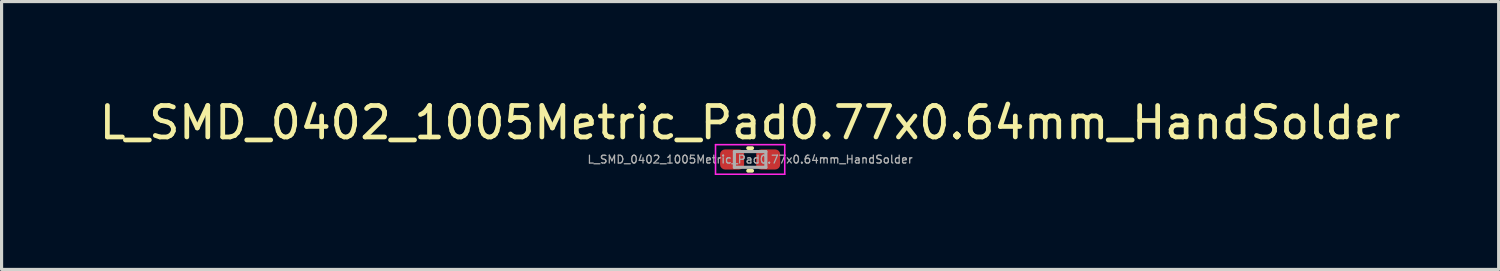
<source format=kicad_pcb>
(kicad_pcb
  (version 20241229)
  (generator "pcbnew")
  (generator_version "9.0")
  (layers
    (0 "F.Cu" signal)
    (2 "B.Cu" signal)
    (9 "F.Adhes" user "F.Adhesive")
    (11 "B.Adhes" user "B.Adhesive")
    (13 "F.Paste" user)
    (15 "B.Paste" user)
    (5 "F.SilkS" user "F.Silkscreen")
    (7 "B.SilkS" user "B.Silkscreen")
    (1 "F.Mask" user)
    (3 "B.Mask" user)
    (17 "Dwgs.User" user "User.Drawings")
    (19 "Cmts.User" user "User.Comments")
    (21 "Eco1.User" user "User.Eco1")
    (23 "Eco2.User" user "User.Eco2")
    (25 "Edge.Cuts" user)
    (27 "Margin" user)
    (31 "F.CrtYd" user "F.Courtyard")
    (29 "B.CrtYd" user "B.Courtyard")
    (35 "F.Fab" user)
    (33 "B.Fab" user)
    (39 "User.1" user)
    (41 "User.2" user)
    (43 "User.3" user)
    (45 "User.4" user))
  (footprint "L_SMD_0402_1005Metric_Pad0.77x0.64mm_HandSolder"
    (layer "F.Cu")
    (at 20.792 2.018)
    (property "Reference" "L_SMD_0402_1005Metric_Pad0.77x0.64mm_HandSolder" (at 0 -1.17 0) (layer "F.SilkS") (effects (font (size 1 1) (thickness 0.15))))
    (attr smd)
    (fp_line (start -0.064 -0.36) (end 0.064 -0.36) (stroke (width 0.12) (type solid)) (layer "F.SilkS"))
    (fp_line (start -0.064 0.36) (end 0.064 0.36) (stroke (width 0.12) (type solid)) (layer "F.SilkS"))
    (fp_line (start -1.1 -0.47) (end 1.1 -0.47) (stroke (width 0.05) (type solid)) (layer "F.CrtYd"))
    (fp_line (start -1.1 0.47) (end -1.1 -0.47) (stroke (width 0.05) (type solid)) (layer "F.CrtYd"))
    (fp_line (start 1.1 -0.47) (end 1.1 0.47) (stroke (width 0.05) (type solid)) (layer "F.CrtYd"))
    (fp_line (start 1.1 0.47) (end -1.1 0.47) (stroke (width 0.05) (type solid)) (layer "F.CrtYd"))
    (fp_line (start -0.5 -0.25) (end 0.5 -0.25) (stroke (width 0.1) (type solid)) (layer "F.Fab"))
    (fp_line (start -0.5 0.25) (end -0.5 -0.25) (stroke (width 0.1) (type solid)) (layer "F.Fab"))
    (fp_line (start 0.5 -0.25) (end 0.5 0.25) (stroke (width 0.1) (type solid)) (layer "F.Fab"))
    (fp_line (start 0.5 0.25) (end -0.5 0.25) (stroke (width 0.1) (type solid)) (layer "F.Fab"))
    (fp_text user "${REFERENCE}" (at 0 0 0) (layer "F.Fab") (effects (font (size 0.25 0.25) (thickness 0.04))))
    (pad "1" smd roundrect (at -0.573 0) (size 0.765 0.64) (layers "F.Cu" "F.Mask" "F.Paste") (roundrect_rratio 0.25))
    (pad "2" smd roundrect (at 0.573 0) (size 0.765 0.64) (layers "F.Cu" "F.Mask" "F.Paste") (roundrect_rratio 0.25)))
  (gr_rect
    (start -3 -3)
    (end 44.583 5.513)
    (stroke (width 0.1) (type default))
    (fill no)
    (layer "Edge.Cuts")))
</source>
